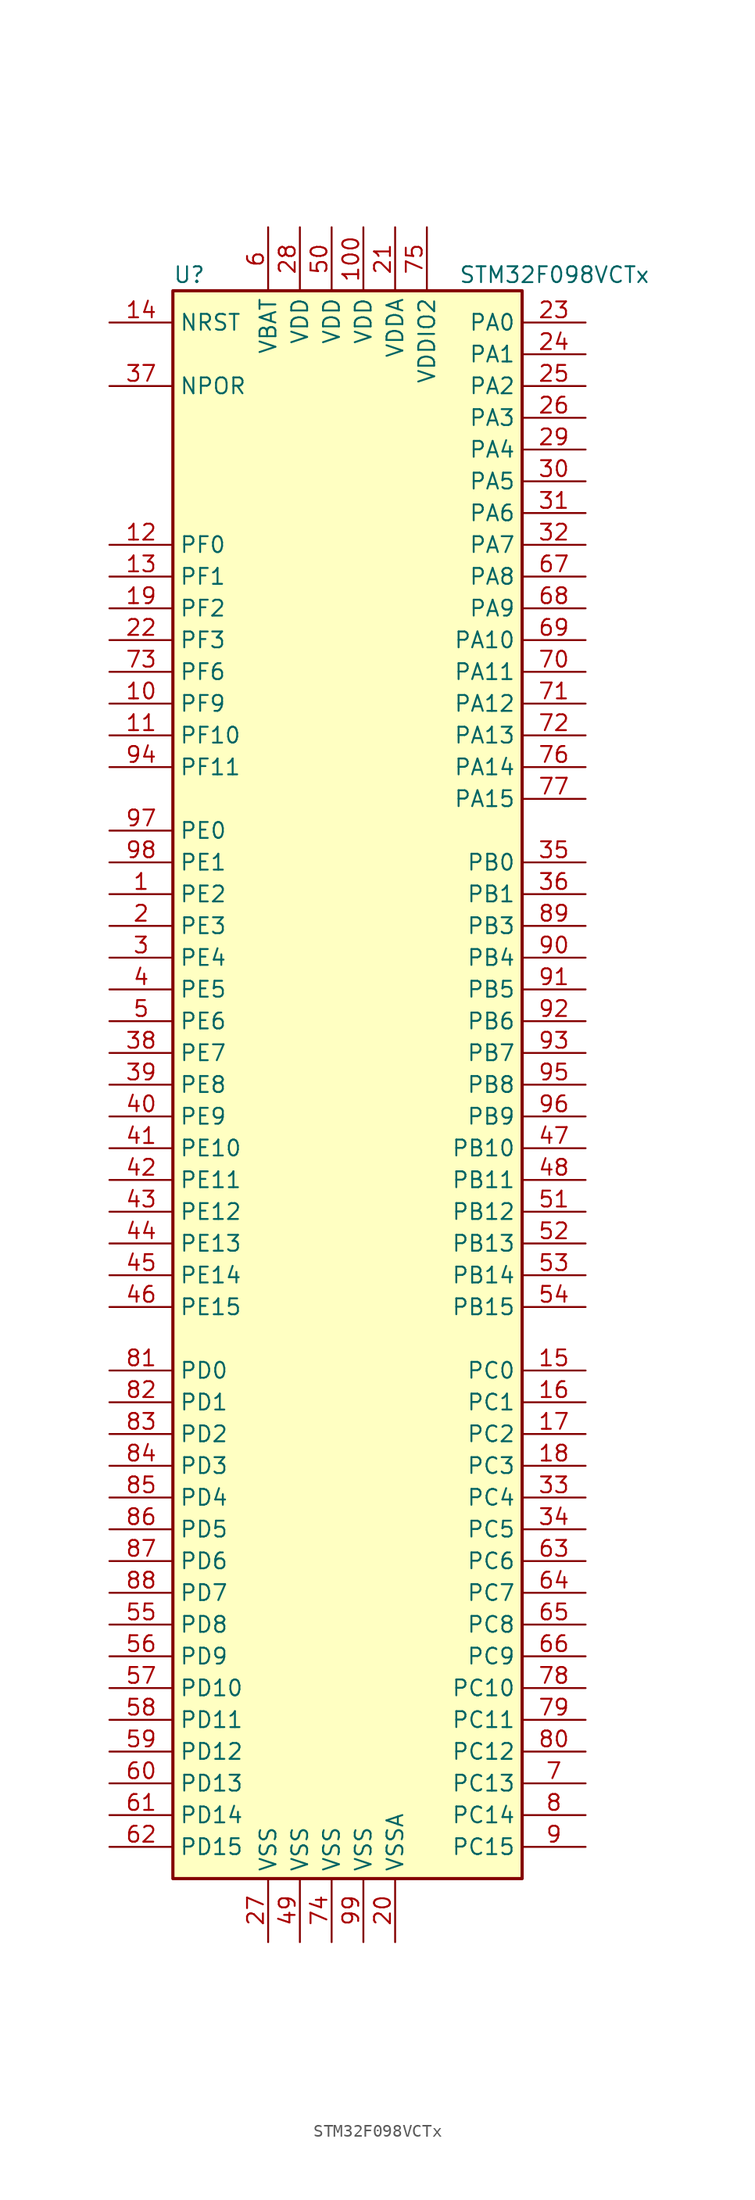
<source format=kicad_sym>
(kicad_symbol_lib
  (version 20201005)
  (generator kicad_symbol_editor)
  (symbol "MCU_ST_STM32F0:STM32F098VCTx"
    (property "Reference" "U"
      (at -15.24 64.77 0)
      (effects (font (size 1.27 1.27)) (justify left)))
    (property "Value" "STM32F098VCTx"
      (at 7.62 64.77 0)
      (effects (font (size 1.27 1.27)) (justify left)))
    (symbol "STM32F098VCTx_0_1"
      (rectangle (start -15.24 -63.5) (end 12.7 63.5) (stroke (width 0.254)) (fill (type background))))
    (symbol "STM32F098VCTx_1_1"
      (pin bidirectional line (at -20.32 15.24 0) (length 5.08) (name "PE2" (effects (font (size 1.27 1.27)))) (number "1" (effects (font (size 1.27 1.27)))))
      (pin bidirectional line (at -20.32 30.48 0) (length 5.08) (name "PF9" (effects (font (size 1.27 1.27)))) (number "10" (effects (font (size 1.27 1.27)))))
      (pin power_in line (at 0 68.58 270) (length 5.08) (name "VDD" (effects (font (size 1.27 1.27)))) (number "100" (effects (font (size 1.27 1.27)))))
      (pin bidirectional line (at -20.32 27.94 0) (length 5.08) (name "PF10" (effects (font (size 1.27 1.27)))) (number "11" (effects (font (size 1.27 1.27)))))
      (pin input line (at -20.32 43.18 0) (length 5.08) (name "PF0" (effects (font (size 1.27 1.27)))) (number "12" (effects (font (size 1.27 1.27)))))
      (pin input line (at -20.32 40.64 0) (length 5.08) (name "PF1" (effects (font (size 1.27 1.27)))) (number "13" (effects (font (size 1.27 1.27)))))
      (pin input line (at -20.32 60.96 0) (length 5.08) (name "NRST" (effects (font (size 1.27 1.27)))) (number "14" (effects (font (size 1.27 1.27)))))
      (pin bidirectional line (at 17.78 -22.86 180) (length 5.08) (name "PC0" (effects (font (size 1.27 1.27)))) (number "15" (effects (font (size 1.27 1.27)))))
      (pin bidirectional line (at 17.78 -25.4 180) (length 5.08) (name "PC1" (effects (font (size 1.27 1.27)))) (number "16" (effects (font (size 1.27 1.27)))))
      (pin bidirectional line (at 17.78 -27.94 180) (length 5.08) (name "PC2" (effects (font (size 1.27 1.27)))) (number "17" (effects (font (size 1.27 1.27)))))
      (pin bidirectional line (at 17.78 -30.48 180) (length 5.08) (name "PC3" (effects (font (size 1.27 1.27)))) (number "18" (effects (font (size 1.27 1.27)))))
      (pin bidirectional line (at -20.32 38.1 0) (length 5.08) (name "PF2" (effects (font (size 1.27 1.27)))) (number "19" (effects (font (size 1.27 1.27)))))
      (pin bidirectional line (at -20.32 12.7 0) (length 5.08) (name "PE3" (effects (font (size 1.27 1.27)))) (number "2" (effects (font (size 1.27 1.27)))))
      (pin power_in line (at 2.54 -68.58 90) (length 5.08) (name "VSSA" (effects (font (size 1.27 1.27)))) (number "20" (effects (font (size 1.27 1.27)))))
      (pin power_in line (at 2.54 68.58 270) (length 5.08) (name "VDDA" (effects (font (size 1.27 1.27)))) (number "21" (effects (font (size 1.27 1.27)))))
      (pin bidirectional line (at -20.32 35.56 0) (length 5.08) (name "PF3" (effects (font (size 1.27 1.27)))) (number "22" (effects (font (size 1.27 1.27)))))
      (pin bidirectional line (at 17.78 60.96 180) (length 5.08) (name "PA0" (effects (font (size 1.27 1.27)))) (number "23" (effects (font (size 1.27 1.27)))))
      (pin bidirectional line (at 17.78 58.42 180) (length 5.08) (name "PA1" (effects (font (size 1.27 1.27)))) (number "24" (effects (font (size 1.27 1.27)))))
      (pin bidirectional line (at 17.78 55.88 180) (length 5.08) (name "PA2" (effects (font (size 1.27 1.27)))) (number "25" (effects (font (size 1.27 1.27)))))
      (pin bidirectional line (at 17.78 53.34 180) (length 5.08) (name "PA3" (effects (font (size 1.27 1.27)))) (number "26" (effects (font (size 1.27 1.27)))))
      (pin power_in line (at -7.62 -68.58 90) (length 5.08) (name "VSS" (effects (font (size 1.27 1.27)))) (number "27" (effects (font (size 1.27 1.27)))))
      (pin power_in line (at -5.08 68.58 270) (length 5.08) (name "VDD" (effects (font (size 1.27 1.27)))) (number "28" (effects (font (size 1.27 1.27)))))
      (pin bidirectional line (at 17.78 50.8 180) (length 5.08) (name "PA4" (effects (font (size 1.27 1.27)))) (number "29" (effects (font (size 1.27 1.27)))))
      (pin bidirectional line (at -20.32 10.16 0) (length 5.08) (name "PE4" (effects (font (size 1.27 1.27)))) (number "3" (effects (font (size 1.27 1.27)))))
      (pin bidirectional line (at 17.78 48.26 180) (length 5.08) (name "PA5" (effects (font (size 1.27 1.27)))) (number "30" (effects (font (size 1.27 1.27)))))
      (pin bidirectional line (at 17.78 45.72 180) (length 5.08) (name "PA6" (effects (font (size 1.27 1.27)))) (number "31" (effects (font (size 1.27 1.27)))))
      (pin bidirectional line (at 17.78 43.18 180) (length 5.08) (name "PA7" (effects (font (size 1.27 1.27)))) (number "32" (effects (font (size 1.27 1.27)))))
      (pin bidirectional line (at 17.78 -33.02 180) (length 5.08) (name "PC4" (effects (font (size 1.27 1.27)))) (number "33" (effects (font (size 1.27 1.27)))))
      (pin bidirectional line (at 17.78 -35.56 180) (length 5.08) (name "PC5" (effects (font (size 1.27 1.27)))) (number "34" (effects (font (size 1.27 1.27)))))
      (pin bidirectional line (at 17.78 17.78 180) (length 5.08) (name "PB0" (effects (font (size 1.27 1.27)))) (number "35" (effects (font (size 1.27 1.27)))))
      (pin bidirectional line (at 17.78 15.24 180) (length 5.08) (name "PB1" (effects (font (size 1.27 1.27)))) (number "36" (effects (font (size 1.27 1.27)))))
      (pin power_in line (at -20.32 55.88 0) (length 5.08) (name "NPOR" (effects (font (size 1.27 1.27)))) (number "37" (effects (font (size 1.27 1.27)))))
      (pin bidirectional line (at -20.32 2.54 0) (length 5.08) (name "PE7" (effects (font (size 1.27 1.27)))) (number "38" (effects (font (size 1.27 1.27)))))
      (pin bidirectional line (at -20.32 0 0) (length 5.08) (name "PE8" (effects (font (size 1.27 1.27)))) (number "39" (effects (font (size 1.27 1.27)))))
      (pin bidirectional line (at -20.32 7.62 0) (length 5.08) (name "PE5" (effects (font (size 1.27 1.27)))) (number "4" (effects (font (size 1.27 1.27)))))
      (pin bidirectional line (at -20.32 -2.54 0) (length 5.08) (name "PE9" (effects (font (size 1.27 1.27)))) (number "40" (effects (font (size 1.27 1.27)))))
      (pin bidirectional line (at -20.32 -5.08 0) (length 5.08) (name "PE10" (effects (font (size 1.27 1.27)))) (number "41" (effects (font (size 1.27 1.27)))))
      (pin bidirectional line (at -20.32 -7.62 0) (length 5.08) (name "PE11" (effects (font (size 1.27 1.27)))) (number "42" (effects (font (size 1.27 1.27)))))
      (pin bidirectional line (at -20.32 -10.16 0) (length 5.08) (name "PE12" (effects (font (size 1.27 1.27)))) (number "43" (effects (font (size 1.27 1.27)))))
      (pin bidirectional line (at -20.32 -12.7 0) (length 5.08) (name "PE13" (effects (font (size 1.27 1.27)))) (number "44" (effects (font (size 1.27 1.27)))))
      (pin bidirectional line (at -20.32 -15.24 0) (length 5.08) (name "PE14" (effects (font (size 1.27 1.27)))) (number "45" (effects (font (size 1.27 1.27)))))
      (pin bidirectional line (at -20.32 -17.78 0) (length 5.08) (name "PE15" (effects (font (size 1.27 1.27)))) (number "46" (effects (font (size 1.27 1.27)))))
      (pin bidirectional line (at 17.78 -5.08 180) (length 5.08) (name "PB10" (effects (font (size 1.27 1.27)))) (number "47" (effects (font (size 1.27 1.27)))))
      (pin bidirectional line (at 17.78 -7.62 180) (length 5.08) (name "PB11" (effects (font (size 1.27 1.27)))) (number "48" (effects (font (size 1.27 1.27)))))
      (pin power_in line (at -5.08 -68.58 90) (length 5.08) (name "VSS" (effects (font (size 1.27 1.27)))) (number "49" (effects (font (size 1.27 1.27)))))
      (pin bidirectional line (at -20.32 5.08 0) (length 5.08) (name "PE6" (effects (font (size 1.27 1.27)))) (number "5" (effects (font (size 1.27 1.27)))))
      (pin power_in line (at -2.54 68.58 270) (length 5.08) (name "VDD" (effects (font (size 1.27 1.27)))) (number "50" (effects (font (size 1.27 1.27)))))
      (pin bidirectional line (at 17.78 -10.16 180) (length 5.08) (name "PB12" (effects (font (size 1.27 1.27)))) (number "51" (effects (font (size 1.27 1.27)))))
      (pin bidirectional line (at 17.78 -12.7 180) (length 5.08) (name "PB13" (effects (font (size 1.27 1.27)))) (number "52" (effects (font (size 1.27 1.27)))))
      (pin bidirectional line (at 17.78 -15.24 180) (length 5.08) (name "PB14" (effects (font (size 1.27 1.27)))) (number "53" (effects (font (size 1.27 1.27)))))
      (pin bidirectional line (at 17.78 -17.78 180) (length 5.08) (name "PB15" (effects (font (size 1.27 1.27)))) (number "54" (effects (font (size 1.27 1.27)))))
      (pin bidirectional line (at -20.32 -43.18 0) (length 5.08) (name "PD8" (effects (font (size 1.27 1.27)))) (number "55" (effects (font (size 1.27 1.27)))))
      (pin bidirectional line (at -20.32 -45.72 0) (length 5.08) (name "PD9" (effects (font (size 1.27 1.27)))) (number "56" (effects (font (size 1.27 1.27)))))
      (pin bidirectional line (at -20.32 -48.26 0) (length 5.08) (name "PD10" (effects (font (size 1.27 1.27)))) (number "57" (effects (font (size 1.27 1.27)))))
      (pin bidirectional line (at -20.32 -50.8 0) (length 5.08) (name "PD11" (effects (font (size 1.27 1.27)))) (number "58" (effects (font (size 1.27 1.27)))))
      (pin bidirectional line (at -20.32 -53.34 0) (length 5.08) (name "PD12" (effects (font (size 1.27 1.27)))) (number "59" (effects (font (size 1.27 1.27)))))
      (pin power_in line (at -7.62 68.58 270) (length 5.08) (name "VBAT" (effects (font (size 1.27 1.27)))) (number "6" (effects (font (size 1.27 1.27)))))
      (pin bidirectional line (at -20.32 -55.88 0) (length 5.08) (name "PD13" (effects (font (size 1.27 1.27)))) (number "60" (effects (font (size 1.27 1.27)))))
      (pin bidirectional line (at -20.32 -58.42 0) (length 5.08) (name "PD14" (effects (font (size 1.27 1.27)))) (number "61" (effects (font (size 1.27 1.27)))))
      (pin bidirectional line (at -20.32 -60.96 0) (length 5.08) (name "PD15" (effects (font (size 1.27 1.27)))) (number "62" (effects (font (size 1.27 1.27)))))
      (pin bidirectional line (at 17.78 -38.1 180) (length 5.08) (name "PC6" (effects (font (size 1.27 1.27)))) (number "63" (effects (font (size 1.27 1.27)))))
      (pin bidirectional line (at 17.78 -40.64 180) (length 5.08) (name "PC7" (effects (font (size 1.27 1.27)))) (number "64" (effects (font (size 1.27 1.27)))))
      (pin bidirectional line (at 17.78 -43.18 180) (length 5.08) (name "PC8" (effects (font (size 1.27 1.27)))) (number "65" (effects (font (size 1.27 1.27)))))
      (pin bidirectional line (at 17.78 -45.72 180) (length 5.08) (name "PC9" (effects (font (size 1.27 1.27)))) (number "66" (effects (font (size 1.27 1.27)))))
      (pin bidirectional line (at 17.78 40.64 180) (length 5.08) (name "PA8" (effects (font (size 1.27 1.27)))) (number "67" (effects (font (size 1.27 1.27)))))
      (pin bidirectional line (at 17.78 38.1 180) (length 5.08) (name "PA9" (effects (font (size 1.27 1.27)))) (number "68" (effects (font (size 1.27 1.27)))))
      (pin bidirectional line (at 17.78 35.56 180) (length 5.08) (name "PA10" (effects (font (size 1.27 1.27)))) (number "69" (effects (font (size 1.27 1.27)))))
      (pin bidirectional line (at 17.78 -55.88 180) (length 5.08) (name "PC13" (effects (font (size 1.27 1.27)))) (number "7" (effects (font (size 1.27 1.27)))))
      (pin bidirectional line (at 17.78 33.02 180) (length 5.08) (name "PA11" (effects (font (size 1.27 1.27)))) (number "70" (effects (font (size 1.27 1.27)))))
      (pin bidirectional line (at 17.78 30.48 180) (length 5.08) (name "PA12" (effects (font (size 1.27 1.27)))) (number "71" (effects (font (size 1.27 1.27)))))
      (pin bidirectional line (at 17.78 27.94 180) (length 5.08) (name "PA13" (effects (font (size 1.27 1.27)))) (number "72" (effects (font (size 1.27 1.27)))))
      (pin bidirectional line (at -20.32 33.02 0) (length 5.08) (name "PF6" (effects (font (size 1.27 1.27)))) (number "73" (effects (font (size 1.27 1.27)))))
      (pin power_in line (at -2.54 -68.58 90) (length 5.08) (name "VSS" (effects (font (size 1.27 1.27)))) (number "74" (effects (font (size 1.27 1.27)))))
      (pin power_in line (at 5.08 68.58 270) (length 5.08) (name "VDDIO2" (effects (font (size 1.27 1.27)))) (number "75" (effects (font (size 1.27 1.27)))))
      (pin bidirectional line (at 17.78 25.4 180) (length 5.08) (name "PA14" (effects (font (size 1.27 1.27)))) (number "76" (effects (font (size 1.27 1.27)))))
      (pin bidirectional line (at 17.78 22.86 180) (length 5.08) (name "PA15" (effects (font (size 1.27 1.27)))) (number "77" (effects (font (size 1.27 1.27)))))
      (pin bidirectional line (at 17.78 -48.26 180) (length 5.08) (name "PC10" (effects (font (size 1.27 1.27)))) (number "78" (effects (font (size 1.27 1.27)))))
      (pin bidirectional line (at 17.78 -50.8 180) (length 5.08) (name "PC11" (effects (font (size 1.27 1.27)))) (number "79" (effects (font (size 1.27 1.27)))))
      (pin bidirectional line (at 17.78 -58.42 180) (length 5.08) (name "PC14" (effects (font (size 1.27 1.27)))) (number "8" (effects (font (size 1.27 1.27)))))
      (pin bidirectional line (at 17.78 -53.34 180) (length 5.08) (name "PC12" (effects (font (size 1.27 1.27)))) (number "80" (effects (font (size 1.27 1.27)))))
      (pin bidirectional line (at -20.32 -22.86 0) (length 5.08) (name "PD0" (effects (font (size 1.27 1.27)))) (number "81" (effects (font (size 1.27 1.27)))))
      (pin bidirectional line (at -20.32 -25.4 0) (length 5.08) (name "PD1" (effects (font (size 1.27 1.27)))) (number "82" (effects (font (size 1.27 1.27)))))
      (pin bidirectional line (at -20.32 -27.94 0) (length 5.08) (name "PD2" (effects (font (size 1.27 1.27)))) (number "83" (effects (font (size 1.27 1.27)))))
      (pin bidirectional line (at -20.32 -30.48 0) (length 5.08) (name "PD3" (effects (font (size 1.27 1.27)))) (number "84" (effects (font (size 1.27 1.27)))))
      (pin bidirectional line (at -20.32 -33.02 0) (length 5.08) (name "PD4" (effects (font (size 1.27 1.27)))) (number "85" (effects (font (size 1.27 1.27)))))
      (pin bidirectional line (at -20.32 -35.56 0) (length 5.08) (name "PD5" (effects (font (size 1.27 1.27)))) (number "86" (effects (font (size 1.27 1.27)))))
      (pin bidirectional line (at -20.32 -38.1 0) (length 5.08) (name "PD6" (effects (font (size 1.27 1.27)))) (number "87" (effects (font (size 1.27 1.27)))))
      (pin bidirectional line (at -20.32 -40.64 0) (length 5.08) (name "PD7" (effects (font (size 1.27 1.27)))) (number "88" (effects (font (size 1.27 1.27)))))
      (pin bidirectional line (at 17.78 12.7 180) (length 5.08) (name "PB3" (effects (font (size 1.27 1.27)))) (number "89" (effects (font (size 1.27 1.27)))))
      (pin bidirectional line (at 17.78 -60.96 180) (length 5.08) (name "PC15" (effects (font (size 1.27 1.27)))) (number "9" (effects (font (size 1.27 1.27)))))
      (pin bidirectional line (at 17.78 10.16 180) (length 5.08) (name "PB4" (effects (font (size 1.27 1.27)))) (number "90" (effects (font (size 1.27 1.27)))))
      (pin bidirectional line (at 17.78 7.62 180) (length 5.08) (name "PB5" (effects (font (size 1.27 1.27)))) (number "91" (effects (font (size 1.27 1.27)))))
      (pin bidirectional line (at 17.78 5.08 180) (length 5.08) (name "PB6" (effects (font (size 1.27 1.27)))) (number "92" (effects (font (size 1.27 1.27)))))
      (pin bidirectional line (at 17.78 2.54 180) (length 5.08) (name "PB7" (effects (font (size 1.27 1.27)))) (number "93" (effects (font (size 1.27 1.27)))))
      (pin bidirectional line (at -20.32 25.4 0) (length 5.08) (name "PF11" (effects (font (size 1.27 1.27)))) (number "94" (effects (font (size 1.27 1.27)))))
      (pin bidirectional line (at 17.78 0 180) (length 5.08) (name "PB8" (effects (font (size 1.27 1.27)))) (number "95" (effects (font (size 1.27 1.27)))))
      (pin bidirectional line (at 17.78 -2.54 180) (length 5.08) (name "PB9" (effects (font (size 1.27 1.27)))) (number "96" (effects (font (size 1.27 1.27)))))
      (pin bidirectional line (at -20.32 20.32 0) (length 5.08) (name "PE0" (effects (font (size 1.27 1.27)))) (number "97" (effects (font (size 1.27 1.27)))))
      (pin bidirectional line (at -20.32 17.78 0) (length 5.08) (name "PE1" (effects (font (size 1.27 1.27)))) (number "98" (effects (font (size 1.27 1.27)))))
      (pin power_in line (at 0 -68.58 90) (length 5.08) (name "VSS" (effects (font (size 1.27 1.27)))) (number "99" (effects (font (size 1.27 1.27))))))))
</source>
